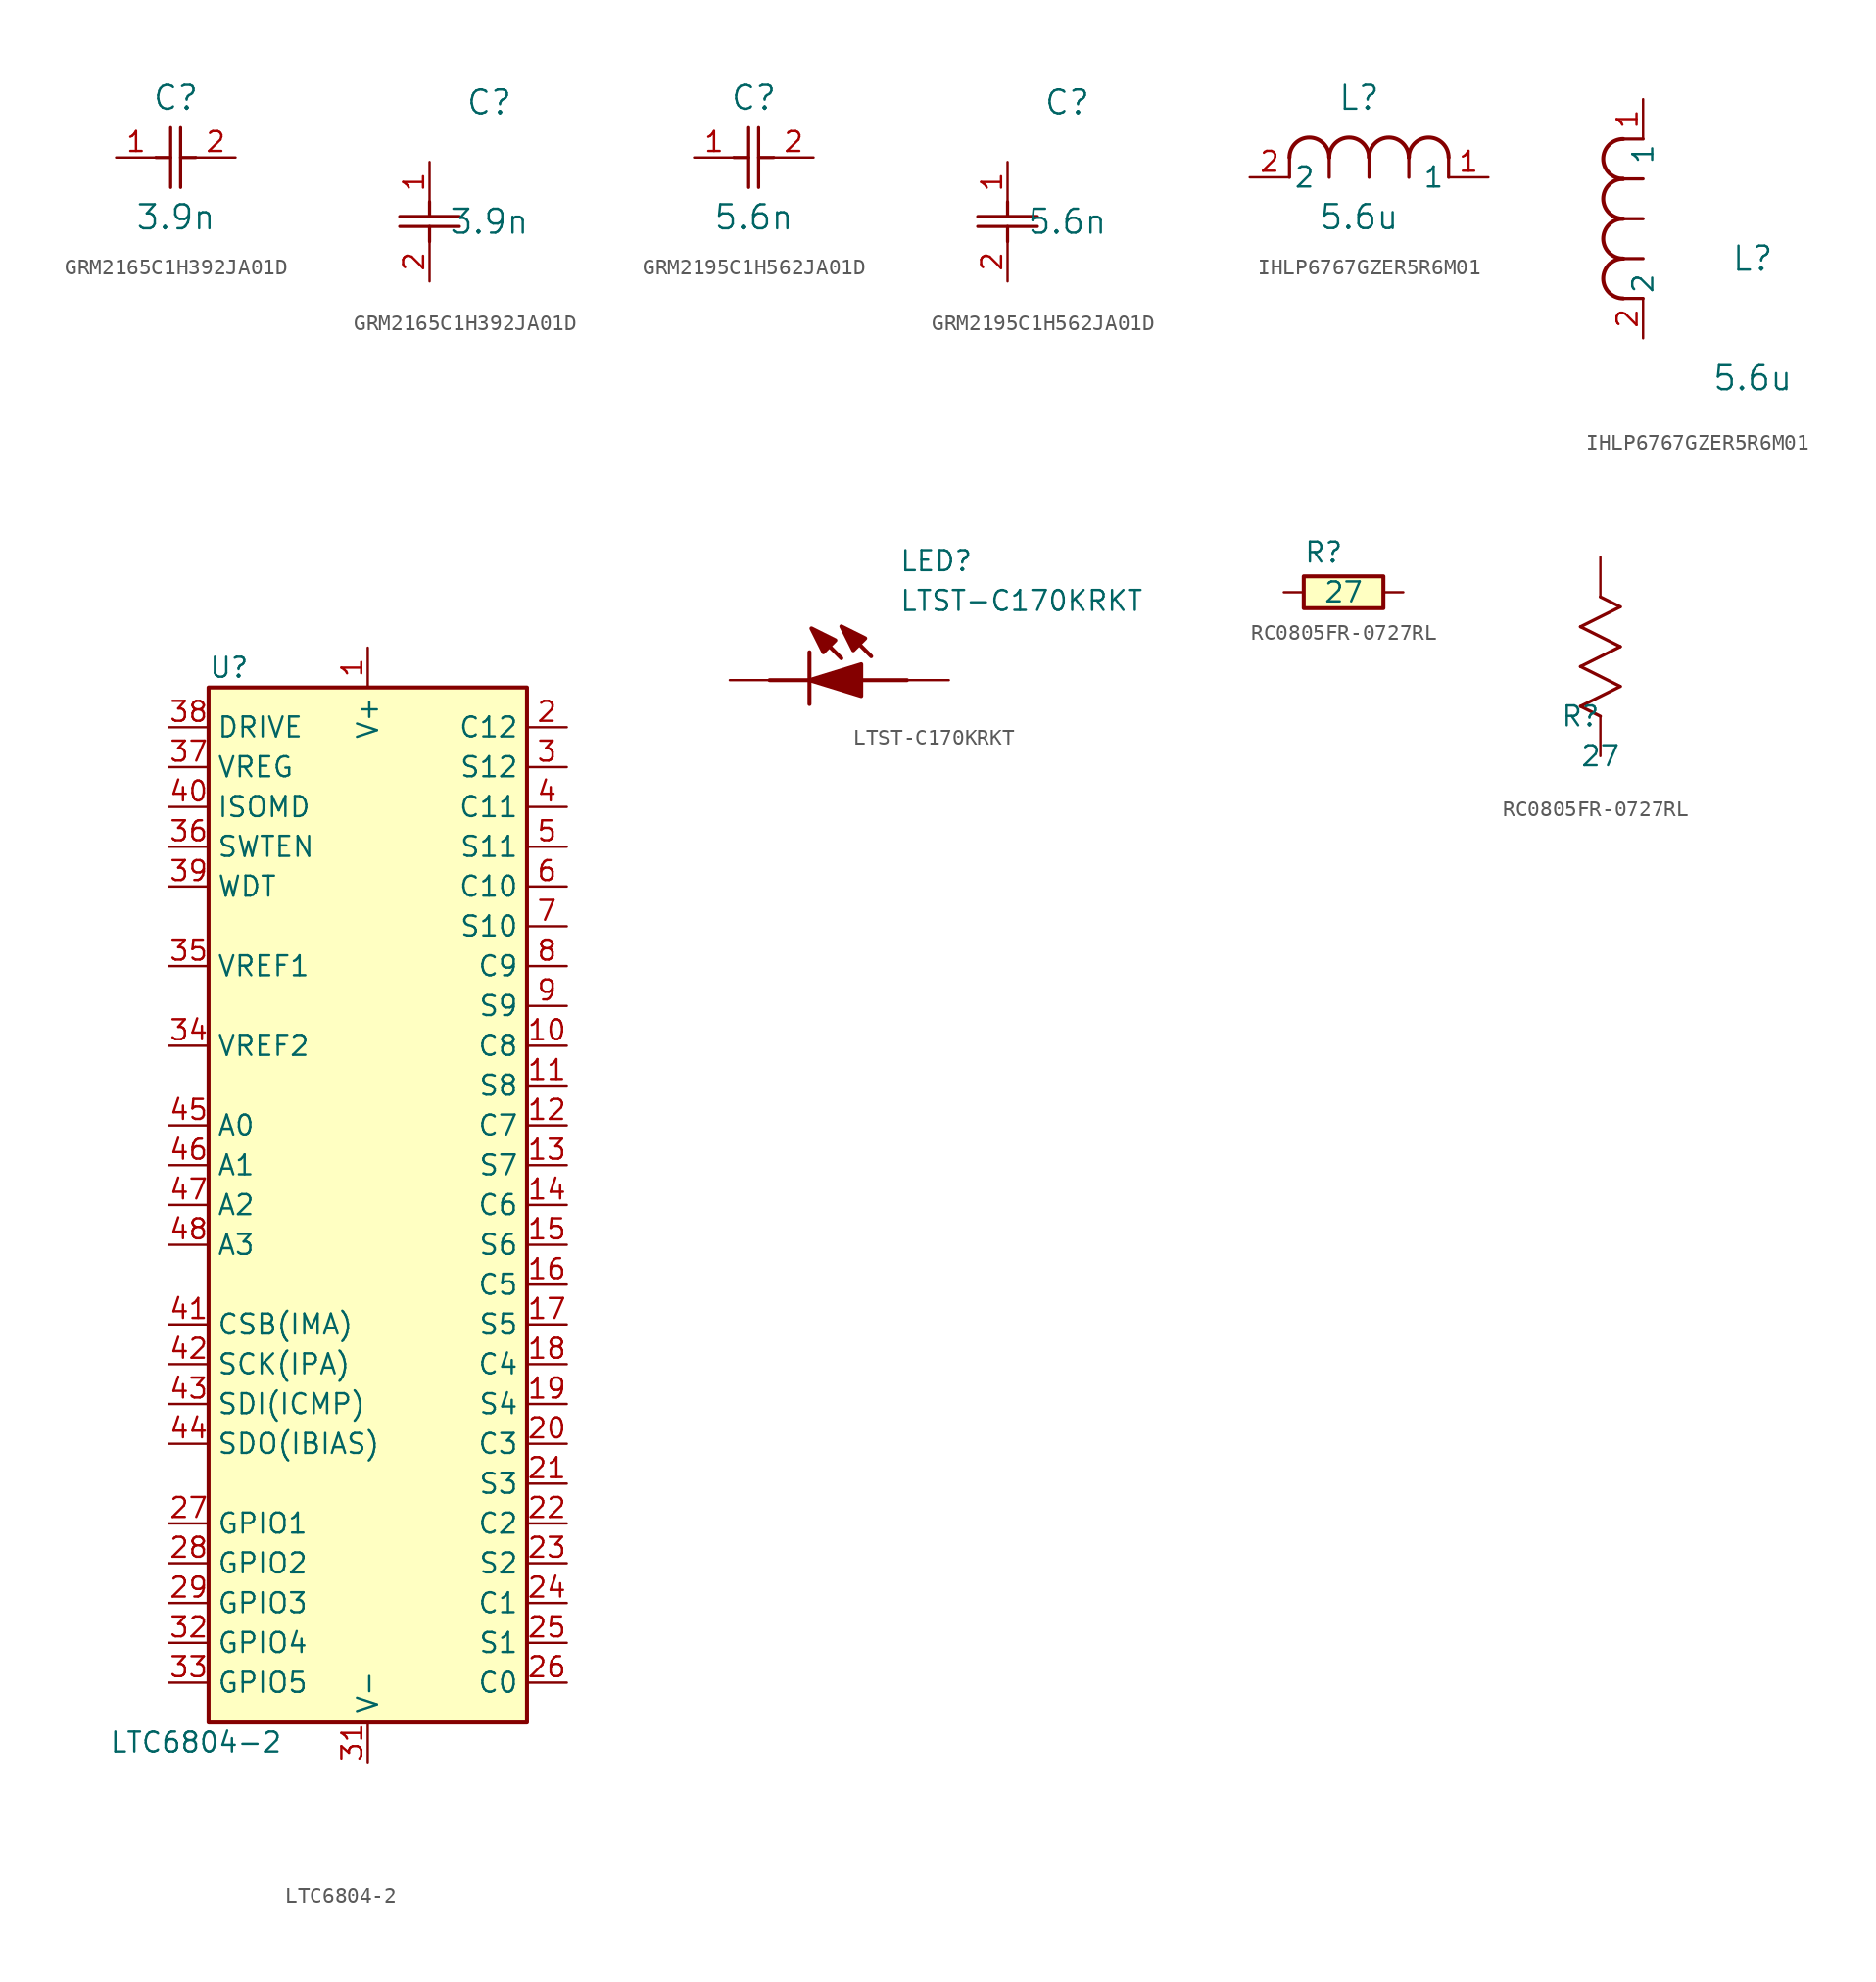
<source format=kicad_sym>
(kicad_symbol_lib
  (version 20220914)
  (generator kicad_symbol_editor)
  (symbol "GRM2165C1H392JA01D"
    (pin_names
      (offset 0.254))
    (property "Reference" "C"
      (at 3.81 3.81 0)
      (effects (font (size 1.524 1.524))))
    (property "Value" "3.9n"
      (at 3.81 -3.81 0)
      (effects (font (size 1.524 1.524))))
    (symbol "GRM2165C1H392JA01D_1_1"
      (polyline (pts (xy 2.54 0) (xy 3.48 0)) (stroke (width 0.203) (type default)) (fill (type none)))
      (polyline (pts (xy 3.48 -1.905) (xy 3.48 1.905)) (stroke (width 0.203) (type default)) (fill (type none)))
      (polyline (pts (xy 4.115 -1.905) (xy 4.115 1.905)) (stroke (width 0.203) (type default)) (fill (type none)))
      (polyline (pts (xy 4.115 0) (xy 5.08 0)) (stroke (width 0.203) (type default)) (fill (type none)))
      (pin unspecified line (at 0 0 0) (length 2.54) (name "" (effects (font (size 1.27 1.27)))) (number "1" (effects (font (size 1.27 1.27)))))
      (pin unspecified line (at 7.62 0 180) (length 2.54) (name "" (effects (font (size 1.27 1.27)))) (number "2" (effects (font (size 1.27 1.27))))))
    (symbol "GRM2165C1H392JA01D_1_2"
      (polyline (pts (xy -1.905 -4.115) (xy 1.905 -4.115)) (stroke (width 0.203) (type default)) (fill (type none)))
      (polyline (pts (xy -1.905 -3.48) (xy 1.905 -3.48)) (stroke (width 0.203) (type default)) (fill (type none)))
      (polyline (pts (xy 0 -4.115) (xy 0 -5.08)) (stroke (width 0.203) (type default)) (fill (type none)))
      (polyline (pts (xy 0 -2.54) (xy 0 -3.48)) (stroke (width 0.203) (type default)) (fill (type none)))
      (pin unspecified line (at 0 0 270) (length 2.54) (name "" (effects (font (size 1.27 1.27)))) (number "1" (effects (font (size 1.27 1.27)))))
      (pin unspecified line (at 0 -7.62 90) (length 2.54) (name "" (effects (font (size 1.27 1.27)))) (number "2" (effects (font (size 1.27 1.27)))))))
  (symbol "GRM2195C1H562JA01D"
    (pin_names
      (offset 0.254))
    (property "Reference" "C"
      (at 3.81 3.81 0)
      (effects (font (size 1.524 1.524))))
    (property "Value" "5.6n"
      (at 3.81 -3.81 0)
      (effects (font (size 1.524 1.524))))
    (symbol "GRM2195C1H562JA01D_1_1"
      (polyline (pts (xy 2.54 0) (xy 3.48 0)) (stroke (width 0.203) (type default)) (fill (type none)))
      (polyline (pts (xy 3.48 -1.905) (xy 3.48 1.905)) (stroke (width 0.203) (type default)) (fill (type none)))
      (polyline (pts (xy 4.115 -1.905) (xy 4.115 1.905)) (stroke (width 0.203) (type default)) (fill (type none)))
      (polyline (pts (xy 4.115 0) (xy 5.08 0)) (stroke (width 0.203) (type default)) (fill (type none)))
      (pin unspecified line (at 0 0 0) (length 2.54) (name "" (effects (font (size 1.27 1.27)))) (number "1" (effects (font (size 1.27 1.27)))))
      (pin unspecified line (at 7.62 0 180) (length 2.54) (name "" (effects (font (size 1.27 1.27)))) (number "2" (effects (font (size 1.27 1.27))))))
    (symbol "GRM2195C1H562JA01D_1_2"
      (polyline (pts (xy -1.905 -4.115) (xy 1.905 -4.115)) (stroke (width 0.203) (type default)) (fill (type none)))
      (polyline (pts (xy -1.905 -3.48) (xy 1.905 -3.48)) (stroke (width 0.203) (type default)) (fill (type none)))
      (polyline (pts (xy 0 -4.115) (xy 0 -5.08)) (stroke (width 0.203) (type default)) (fill (type none)))
      (polyline (pts (xy 0 -2.54) (xy 0 -3.48)) (stroke (width 0.203) (type default)) (fill (type none)))
      (pin unspecified line (at 0 0 270) (length 2.54) (name "" (effects (font (size 1.27 1.27)))) (number "1" (effects (font (size 1.27 1.27)))))
      (pin unspecified line (at 0 -7.62 90) (length 2.54) (name "" (effects (font (size 1.27 1.27)))) (number "2" (effects (font (size 1.27 1.27)))))))
  (symbol "IHLP6767GZER5R6M01"
    (pin_names
      (offset 0.254))
    (property "Reference" "L"
      (at 6.985 5.08 0)
      (effects (font (size 1.524 1.524))))
    (property "Value" "5.6u"
      (at 6.985 -2.54 0)
      (effects (font (size 1.524 1.524))))
    (symbol "IHLP6767GZER5R6M01_1_1"
      (polyline (pts (xy 2.54 0) (xy 2.54 1.27)) (stroke (width 0.203) (type default)) (fill (type none)))
      (polyline (pts (xy 5.08 0) (xy 5.08 1.27)) (stroke (width 0.203) (type default)) (fill (type none)))
      (polyline (pts (xy 7.62 0) (xy 7.62 1.27)) (stroke (width 0.203) (type default)) (fill (type none)))
      (polyline (pts (xy 10.16 0) (xy 10.16 1.27)) (stroke (width 0.203) (type default)) (fill (type none)))
      (polyline (pts (xy 12.7 0) (xy 12.7 1.27)) (stroke (width 0.203) (type default)) (fill (type none)))
      (arc (start 5.08 1.27) (mid 3.81 2.5345) (end 2.54 1.27) (stroke (width 0.254) (type default)) (fill (type none)))
      (arc (start 7.62 1.27) (mid 6.35 2.5345) (end 5.08 1.27) (stroke (width 0.254) (type default)) (fill (type none)))
      (arc (start 10.16 1.27) (mid 8.89 2.5345) (end 7.62 1.27) (stroke (width 0.254) (type default)) (fill (type none)))
      (arc (start 12.7 1.27) (mid 11.43 2.5345) (end 10.16 1.27) (stroke (width 0.254) (type default)) (fill (type none)))
      (pin unspecified line (at 15.24 0 180) (length 2.54) (name "1" (effects (font (size 1.27 1.27)))) (number "1" (effects (font (size 1.27 1.27)))))
      (pin unspecified line (at 0 0 0) (length 2.54) (name "2" (effects (font (size 1.27 1.27)))) (number "2" (effects (font (size 1.27 1.27))))))
    (symbol "IHLP6767GZER5R6M01_1_2"
      (arc (start -1.27 5.08) (mid -2.5345 3.81) (end -1.27 2.54) (stroke (width 0.254) (type default)) (fill (type none)))
      (arc (start -1.27 7.62) (mid -2.5345 6.35) (end -1.27 5.08) (stroke (width 0.254) (type default)) (fill (type none)))
      (arc (start -1.27 10.16) (mid -2.5345 8.89) (end -1.27 7.62) (stroke (width 0.254) (type default)) (fill (type none)))
      (arc (start -1.27 12.7) (mid -2.5345 11.43) (end -1.27 10.16) (stroke (width 0.254) (type default)) (fill (type none)))
      (polyline (pts (xy 0 2.54) (xy -1.27 2.54)) (stroke (width 0.203) (type default)) (fill (type none)))
      (polyline (pts (xy 0 5.08) (xy -1.27 5.08)) (stroke (width 0.203) (type default)) (fill (type none)))
      (polyline (pts (xy 0 7.62) (xy -1.27 7.62)) (stroke (width 0.203) (type default)) (fill (type none)))
      (polyline (pts (xy 0 10.16) (xy -1.27 10.16)) (stroke (width 0.203) (type default)) (fill (type none)))
      (polyline (pts (xy 0 12.7) (xy -1.27 12.7)) (stroke (width 0.203) (type default)) (fill (type none)))
      (pin unspecified line (at 0 15.24 270) (length 2.54) (name "1" (effects (font (size 1.27 1.27)))) (number "1" (effects (font (size 1.27 1.27)))))
      (pin unspecified line (at 0 0 90) (length 2.54) (name "2" (effects (font (size 1.27 1.27)))) (number "2" (effects (font (size 1.27 1.27)))))))
  (symbol "LTC6804-2"
    (property "Reference" "U"
      (at -10.16 34.29 0)
      (effects (font (size 1.27 1.27)) (justify left)))
    (property "Value" "LTC6804-2"
      (at -16.51 -34.29 0)
      (effects (font (size 1.27 1.27)) (justify left)))
    (symbol "LTC6804-2_0_1"
      (rectangle (start -10.16 33.02) (end 10.16 -33.02) (stroke (width 0.254) (type default)) (fill (type background))))
    (symbol "LTC6804-2_1_1"
      (pin power_in line (at 0 35.56 270) (length 2.54) (name "V+" (effects (font (size 1.27 1.27)))) (number "1" (effects (font (size 1.27 1.27)))))
      (pin input line (at 12.7 10.16 180) (length 2.54) (name "C8" (effects (font (size 1.27 1.27)))) (number "10" (effects (font (size 1.27 1.27)))))
      (pin bidirectional line (at 12.7 7.62 180) (length 2.54) (name "S8" (effects (font (size 1.27 1.27)))) (number "11" (effects (font (size 1.27 1.27)))))
      (pin input line (at 12.7 5.08 180) (length 2.54) (name "C7" (effects (font (size 1.27 1.27)))) (number "12" (effects (font (size 1.27 1.27)))))
      (pin bidirectional line (at 12.7 2.54 180) (length 2.54) (name "S7" (effects (font (size 1.27 1.27)))) (number "13" (effects (font (size 1.27 1.27)))))
      (pin input line (at 12.7 0 180) (length 2.54) (name "C6" (effects (font (size 1.27 1.27)))) (number "14" (effects (font (size 1.27 1.27)))))
      (pin bidirectional line (at 12.7 -2.54 180) (length 2.54) (name "S6" (effects (font (size 1.27 1.27)))) (number "15" (effects (font (size 1.27 1.27)))))
      (pin input line (at 12.7 -5.08 180) (length 2.54) (name "C5" (effects (font (size 1.27 1.27)))) (number "16" (effects (font (size 1.27 1.27)))))
      (pin bidirectional line (at 12.7 -7.62 180) (length 2.54) (name "S5" (effects (font (size 1.27 1.27)))) (number "17" (effects (font (size 1.27 1.27)))))
      (pin input line (at 12.7 -10.16 180) (length 2.54) (name "C4" (effects (font (size 1.27 1.27)))) (number "18" (effects (font (size 1.27 1.27)))))
      (pin bidirectional line (at 12.7 -12.7 180) (length 2.54) (name "S4" (effects (font (size 1.27 1.27)))) (number "19" (effects (font (size 1.27 1.27)))))
      (pin input line (at 12.7 30.48 180) (length 2.54) (name "C12" (effects (font (size 1.27 1.27)))) (number "2" (effects (font (size 1.27 1.27)))))
      (pin input line (at 12.7 -15.24 180) (length 2.54) (name "C3" (effects (font (size 1.27 1.27)))) (number "20" (effects (font (size 1.27 1.27)))))
      (pin bidirectional line (at 12.7 -17.78 180) (length 2.54) (name "S3" (effects (font (size 1.27 1.27)))) (number "21" (effects (font (size 1.27 1.27)))))
      (pin input line (at 12.7 -20.32 180) (length 2.54) (name "C2" (effects (font (size 1.27 1.27)))) (number "22" (effects (font (size 1.27 1.27)))))
      (pin bidirectional line (at 12.7 -22.86 180) (length 2.54) (name "S2" (effects (font (size 1.27 1.27)))) (number "23" (effects (font (size 1.27 1.27)))))
      (pin input line (at 12.7 -25.4 180) (length 2.54) (name "C1" (effects (font (size 1.27 1.27)))) (number "24" (effects (font (size 1.27 1.27)))))
      (pin bidirectional line (at 12.7 -27.94 180) (length 2.54) (name "S1" (effects (font (size 1.27 1.27)))) (number "25" (effects (font (size 1.27 1.27)))))
      (pin input line (at 12.7 -30.48 180) (length 2.54) (name "C0" (effects (font (size 1.27 1.27)))) (number "26" (effects (font (size 1.27 1.27)))))
      (pin bidirectional line (at -12.7 -20.32 0) (length 2.54) (name "GPIO1" (effects (font (size 1.27 1.27)))) (number "27" (effects (font (size 1.27 1.27)))))
      (pin bidirectional line (at -12.7 -22.86 0) (length 2.54) (name "GPIO2" (effects (font (size 1.27 1.27)))) (number "28" (effects (font (size 1.27 1.27)))))
      (pin bidirectional line (at -12.7 -25.4 0) (length 2.54) (name "GPIO3" (effects (font (size 1.27 1.27)))) (number "29" (effects (font (size 1.27 1.27)))))
      (pin bidirectional line (at 12.7 27.94 180) (length 2.54) (name "S12" (effects (font (size 1.27 1.27)))) (number "3" (effects (font (size 1.27 1.27)))))
      (pin passive line (at 0 -35.56 90) (length 2.54) hide (name "V-" (effects (font (size 1.27 1.27)))) (number "30" (effects (font (size 1.27 1.27)))))
      (pin passive line (at 0 -35.56 90) (length 2.54) (name "V-" (effects (font (size 1.27 1.27)))) (number "31" (effects (font (size 1.27 1.27)))))
      (pin bidirectional line (at -12.7 -27.94 0) (length 2.54) (name "GPIO4" (effects (font (size 1.27 1.27)))) (number "32" (effects (font (size 1.27 1.27)))))
      (pin bidirectional line (at -12.7 -30.48 0) (length 2.54) (name "GPIO5" (effects (font (size 1.27 1.27)))) (number "33" (effects (font (size 1.27 1.27)))))
      (pin output line (at -12.7 10.16 0) (length 2.54) (name "VREF2" (effects (font (size 1.27 1.27)))) (number "34" (effects (font (size 1.27 1.27)))))
      (pin output line (at -12.7 15.24 0) (length 2.54) (name "VREF1" (effects (font (size 1.27 1.27)))) (number "35" (effects (font (size 1.27 1.27)))))
      (pin input line (at -12.7 22.86 0) (length 2.54) (name "SWTEN" (effects (font (size 1.27 1.27)))) (number "36" (effects (font (size 1.27 1.27)))))
      (pin input line (at -12.7 27.94 0) (length 2.54) (name "VREG" (effects (font (size 1.27 1.27)))) (number "37" (effects (font (size 1.27 1.27)))))
      (pin output line (at -12.7 30.48 0) (length 2.54) (name "DRIVE" (effects (font (size 1.27 1.27)))) (number "38" (effects (font (size 1.27 1.27)))))
      (pin output line (at -12.7 20.32 0) (length 2.54) (name "WDT" (effects (font (size 1.27 1.27)))) (number "39" (effects (font (size 1.27 1.27)))))
      (pin input line (at 12.7 25.4 180) (length 2.54) (name "C11" (effects (font (size 1.27 1.27)))) (number "4" (effects (font (size 1.27 1.27)))))
      (pin input line (at -12.7 25.4 0) (length 2.54) (name "ISOMD" (effects (font (size 1.27 1.27)))) (number "40" (effects (font (size 1.27 1.27)))))
      (pin bidirectional line (at -12.7 -7.62 0) (length 2.54) (name "CSB(IMA)" (effects (font (size 1.27 1.27)))) (number "41" (effects (font (size 1.27 1.27)))))
      (pin bidirectional line (at -12.7 -10.16 0) (length 2.54) (name "SCK(IPA)" (effects (font (size 1.27 1.27)))) (number "42" (effects (font (size 1.27 1.27)))))
      (pin input line (at -12.7 -12.7 0) (length 2.54) (name "SDI(ICMP)" (effects (font (size 1.27 1.27)))) (number "43" (effects (font (size 1.27 1.27)))))
      (pin open_collector line (at -12.7 -15.24 0) (length 2.54) (name "SDO(IBIAS)" (effects (font (size 1.27 1.27)))) (number "44" (effects (font (size 1.27 1.27)))))
      (pin passive line (at -12.7 5.08 0) (length 2.54) (name "A0" (effects (font (size 1.27 1.27)))) (number "45" (effects (font (size 1.27 1.27)))))
      (pin passive line (at -12.7 2.54 0) (length 2.54) (name "A1" (effects (font (size 1.27 1.27)))) (number "46" (effects (font (size 1.27 1.27)))))
      (pin bidirectional line (at -12.7 0 0) (length 2.54) (name "A2" (effects (font (size 1.27 1.27)))) (number "47" (effects (font (size 1.27 1.27)))))
      (pin bidirectional line (at -12.7 -2.54 0) (length 2.54) (name "A3" (effects (font (size 1.27 1.27)))) (number "48" (effects (font (size 1.27 1.27)))))
      (pin bidirectional line (at 12.7 22.86 180) (length 2.54) (name "S11" (effects (font (size 1.27 1.27)))) (number "5" (effects (font (size 1.27 1.27)))))
      (pin input line (at 12.7 20.32 180) (length 2.54) (name "C10" (effects (font (size 1.27 1.27)))) (number "6" (effects (font (size 1.27 1.27)))))
      (pin bidirectional line (at 12.7 17.78 180) (length 2.54) (name "S10" (effects (font (size 1.27 1.27)))) (number "7" (effects (font (size 1.27 1.27)))))
      (pin input line (at 12.7 15.24 180) (length 2.54) (name "C9" (effects (font (size 1.27 1.27)))) (number "8" (effects (font (size 1.27 1.27)))))
      (pin bidirectional line (at 12.7 12.7 180) (length 2.54) (name "S9" (effects (font (size 1.27 1.27)))) (number "9" (effects (font (size 1.27 1.27)))))))
  (symbol "LTST-C170KRKT"
    (pin_numbers hide)
    (pin_names
      (offset 0) hide)
    (property "Reference" "LED"
      (at 10.795 6.858 0)
      (effects (font (size 1.27 1.27)) (justify left bottom)))
    (property "Value" "LTST-C170KRKT"
      (at 10.795 4.318 0)
      (effects (font (size 1.27 1.27)) (justify left bottom)))
    (symbol "LTST-C170KRKT_1_1"
      (polyline (pts (xy 2.54 0) (xy 5.08 0)) (stroke (width 0.254) (type default)) (fill (type none)))
      (polyline (pts (xy 5.08 1.778) (xy 5.08 -1.524)) (stroke (width 0.254) (type default)) (fill (type none)))
      (polyline (pts (xy 7.112 1.397) (xy 5.842 2.667)) (stroke (width 0.254) (type default)) (fill (type none)))
      (polyline (pts (xy 8.382 0) (xy 11.303 0)) (stroke (width 0.254) (type default)) (fill (type none)))
      (polyline (pts (xy 9.017 1.524) (xy 7.747 2.794)) (stroke (width 0.254) (type default)) (fill (type none)))
      (polyline (pts (xy 5.08 0) (xy 8.382 1.016) (xy 8.382 -1.016) (xy 5.08 0)) (stroke (width 0.254) (type default)) (fill (type outline)))
      (polyline (pts (xy 6.731 2.54) (xy 5.969 1.778) (xy 5.207 3.302) (xy 6.731 2.54)) (stroke (width 0.254) (type default)) (fill (type outline)))
      (polyline (pts (xy 8.636 2.667) (xy 7.874 1.905) (xy 7.112 3.429) (xy 8.636 2.667)) (stroke (width 0.254) (type default)) (fill (type outline)))
      (pin passive line (at 0 0 0) (length 2.54) (name "K" (effects (font (size 1.27 1.27)))) (number "1" (effects (font (size 1.27 1.27)))))
      (pin passive line (at 13.97 0 180) (length 2.54) (name "A" (effects (font (size 1.27 1.27)))) (number "2" (effects (font (size 1.27 1.27)))))))
  (symbol "RC0805FR-0727RL"
    (pin_numbers hide)
    (pin_names
      (offset 0) hide)
    (property "Reference" "R"
      (at -1.27 2.54 0)
      (effects (font (size 1.27 1.27))))
    (property "Value" "27"
      (at 0 0 0)
      (effects (font (size 1.27 1.27))))
    (symbol "RC0805FR-0727RL_1_1"
      (rectangle (start -2.54 1.016) (end 2.54 -1.016) (stroke (width 0.254) (type default)) (fill (type background)))
      (pin passive line (at -3.81 0 0) (length 1.27) (name "~" (effects (font (size 1.27 1.27)))) (number "1" (effects (font (size 1.27 1.27)))))
      (pin passive line (at 3.81 0 180) (length 1.27) (name "~" (effects (font (size 1.27 1.27)))) (number "2" (effects (font (size 1.27 1.27))))))
    (symbol "RC0805FR-0727RL_1_2"
      (polyline (pts (xy -1.27 3.175) (xy 1.27 4.445)) (stroke (width 0.203) (type default)) (fill (type none)))
      (polyline (pts (xy -1.27 5.715) (xy 1.27 6.985)) (stroke (width 0.203) (type default)) (fill (type none)))
      (polyline (pts (xy -1.27 8.255) (xy 1.27 9.525)) (stroke (width 0.203) (type default)) (fill (type none)))
      (polyline (pts (xy 0 2.54) (xy -1.27 3.175)) (stroke (width 0.203) (type default)) (fill (type none)))
      (polyline (pts (xy 1.27 4.445) (xy -1.27 5.715)) (stroke (width 0.203) (type default)) (fill (type none)))
      (polyline (pts (xy 1.27 6.985) (xy -1.27 8.255)) (stroke (width 0.203) (type default)) (fill (type none)))
      (polyline (pts (xy 1.27 9.525) (xy 0 10.16)) (stroke (width 0.203) (type default)) (fill (type none)))
      (pin unspecified line (at 0 12.7 270) (length 2.54) (name "" (effects (font (size 1.27 1.27)))) (number "1" (effects (font (size 1.27 1.27)))))
      (pin unspecified line (at 0 0 90) (length 2.54) (name "" (effects (font (size 1.27 1.27)))) (number "2" (effects (font (size 1.27 1.27))))))))
</source>
